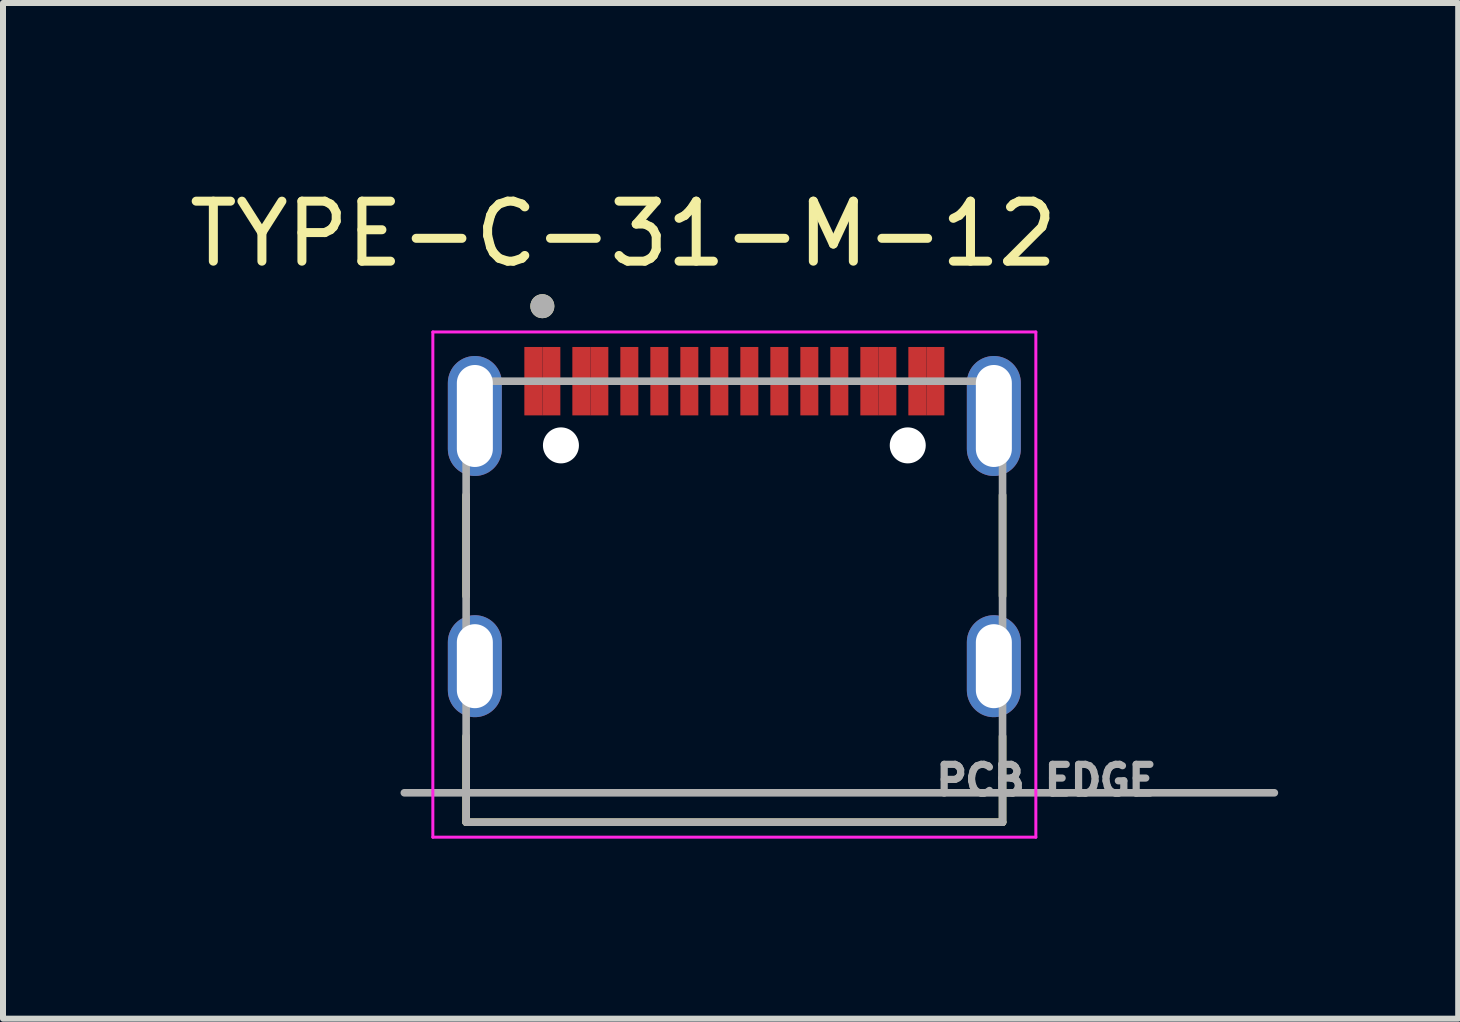
<source format=kicad_pcb>
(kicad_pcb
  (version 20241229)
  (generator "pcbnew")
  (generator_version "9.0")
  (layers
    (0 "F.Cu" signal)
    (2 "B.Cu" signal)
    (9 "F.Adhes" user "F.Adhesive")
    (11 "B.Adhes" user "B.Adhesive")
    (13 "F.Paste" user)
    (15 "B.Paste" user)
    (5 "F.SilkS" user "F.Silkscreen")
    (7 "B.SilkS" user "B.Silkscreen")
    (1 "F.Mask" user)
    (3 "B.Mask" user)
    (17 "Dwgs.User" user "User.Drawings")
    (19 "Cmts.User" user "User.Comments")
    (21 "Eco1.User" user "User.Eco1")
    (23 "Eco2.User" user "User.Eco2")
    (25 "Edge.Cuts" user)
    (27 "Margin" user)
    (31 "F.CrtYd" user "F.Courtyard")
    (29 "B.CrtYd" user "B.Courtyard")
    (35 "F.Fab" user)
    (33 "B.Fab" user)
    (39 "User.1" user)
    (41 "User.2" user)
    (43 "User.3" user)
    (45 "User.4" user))
  (footprint "TYPE-C-31-M-12"
    (layer "F.Cu")
    (at 9.189 8.053)
    (property "Reference" "TYPE-C-31-M-12" (at -1.85 -7.205 0) (layer "F.SilkS") (effects (font (size 1 1) (thickness 0.15))))
    (attr through_hole)
    (fp_poly (pts (xy -3.55 -5.37) (xy -2.85 -5.37) (xy -2.85 -4.13) (xy -3.55 -4.13)) (stroke (width 0.01) (type solid)) (fill yes) (layer "F.Mask"))
    (fp_poly (pts (xy -2.75 -5.37) (xy -2.05 -5.37) (xy -2.05 -4.13) (xy -2.75 -4.13)) (stroke (width 0.01) (type solid)) (fill yes) (layer "F.Mask"))
    (fp_poly (pts (xy -1.95 -5.37) (xy -1.55 -5.37) (xy -1.55 -4.13) (xy -1.95 -4.13)) (stroke (width 0.01) (type solid)) (fill yes) (layer "F.Mask"))
    (fp_poly (pts (xy -1.45 -5.37) (xy -1.05 -5.37) (xy -1.05 -4.13) (xy -1.45 -4.13)) (stroke (width 0.01) (type solid)) (fill yes) (layer "F.Mask"))
    (fp_poly (pts (xy -0.95 -5.37) (xy -0.55 -5.37) (xy -0.55 -4.13) (xy -0.95 -4.13)) (stroke (width 0.01) (type solid)) (fill yes) (layer "F.Mask"))
    (fp_poly (pts (xy -0.45 -5.37) (xy -0.05 -5.37) (xy -0.05 -4.13) (xy -0.45 -4.13)) (stroke (width 0.01) (type solid)) (fill yes) (layer "F.Mask"))
    (fp_poly (pts (xy 0.05 -5.37) (xy 0.45 -5.37) (xy 0.45 -4.13) (xy 0.05 -4.13)) (stroke (width 0.01) (type solid)) (fill yes) (layer "F.Mask"))
    (fp_poly (pts (xy 0.55 -5.37) (xy 0.95 -5.37) (xy 0.95 -4.13) (xy 0.55 -4.13)) (stroke (width 0.01) (type solid)) (fill yes) (layer "F.Mask"))
    (fp_poly (pts (xy 1.05 -5.37) (xy 1.45 -5.37) (xy 1.45 -4.13) (xy 1.05 -4.13)) (stroke (width 0.01) (type solid)) (fill yes) (layer "F.Mask"))
    (fp_poly (pts (xy 1.55 -5.37) (xy 1.95 -5.37) (xy 1.95 -4.13) (xy 1.55 -4.13)) (stroke (width 0.01) (type solid)) (fill yes) (layer "F.Mask"))
    (fp_poly (pts (xy 2.05 -5.37) (xy 2.75 -5.37) (xy 2.75 -4.13) (xy 2.05 -4.13)) (stroke (width 0.01) (type solid)) (fill yes) (layer "F.Mask"))
    (fp_poly (pts (xy 2.85 -5.37) (xy 3.55 -5.37) (xy 3.55 -4.13) (xy 2.85 -4.13)) (stroke (width 0.01) (type solid)) (fill yes) (layer "F.Mask"))
    (fp_line (start -4.47 -2.85) (end -4.47 -1.17) (stroke (width 0.127) (type solid)) (layer "F.SilkS"))
    (fp_line (start -4.47 2.6) (end -4.47 1.17) (stroke (width 0.127) (type solid)) (layer "F.SilkS"))
    (fp_line (start -4.47 2.6) (end 4.47 2.6) (stroke (width 0.127) (type solid)) (layer "F.SilkS"))
    (fp_line (start 4.47 -2.85) (end 4.47 -1.17) (stroke (width 0.127) (type solid)) (layer "F.SilkS"))
    (fp_line (start 4.47 2.6) (end 4.47 1.17) (stroke (width 0.127) (type solid)) (layer "F.SilkS"))
    (fp_circle (center -3.2 -6) (end -3.1 -6) (stroke (width 0.2) (type solid)) (fill no) (layer "F.SilkS"))
    (fp_line (start -5.025 -5.57) (end -5.025 2.85) (stroke (width 0.05) (type solid)) (layer "F.CrtYd"))
    (fp_line (start -5.025 2.85) (end 5.025 2.85) (stroke (width 0.05) (type solid)) (layer "F.CrtYd"))
    (fp_line (start 5.025 -5.57) (end -5.025 -5.57) (stroke (width 0.05) (type solid)) (layer "F.CrtYd"))
    (fp_line (start 5.025 2.85) (end 5.025 -5.57) (stroke (width 0.05) (type solid)) (layer "F.CrtYd"))
    (fp_line (start -5.5 2.11) (end 9 2.11) (stroke (width 0.127) (type solid)) (layer "F.Fab"))
    (fp_line (start -4.47 -4.75) (end -4.47 2.6) (stroke (width 0.127) (type solid)) (layer "F.Fab"))
    (fp_line (start -4.47 2.6) (end 4.47 2.6) (stroke (width 0.127) (type solid)) (layer "F.Fab"))
    (fp_line (start 4.47 -4.75) (end -4.47 -4.75) (stroke (width 0.127) (type solid)) (layer "F.Fab"))
    (fp_line (start 4.47 2.6) (end 4.47 -4.75) (stroke (width 0.127) (type solid)) (layer "F.Fab"))
    (fp_circle (center -3.2 -6) (end -3.1 -6) (stroke (width 0.2) (type solid)) (fill no) (layer "F.Fab"))
    (fp_text user "PCB EDGE" (at 5.2 1.9 0) (layer "F.Fab") (effects (font (size 0.48 0.48) (thickness 0.15))))
    (pad "" np_thru_hole circle (at -2.89 -3.68) (size 0.6 0.6) (drill 0.6) (layers "*.Cu" "*.Mask"))
    (pad "" np_thru_hole circle (at 2.89 -3.68) (size 0.6 0.6) (drill 0.6) (layers "*.Cu" "*.Mask"))
    (pad "A1" smd rect (at -3.35 -4.75) (size 0.3 1.14) (layers "F.Cu" "F.Paste"))
    (pad "A4" smd rect (at -2.55 -4.75) (size 0.3 1.14) (layers "F.Cu" "F.Paste"))
    (pad "A5" smd rect (at -1.25 -4.75) (size 0.3 1.14) (layers "F.Cu" "F.Paste"))
    (pad "A6" smd rect (at -0.25 -4.75) (size 0.3 1.14) (layers "F.Cu" "F.Paste"))
    (pad "A7" smd rect (at 0.25 -4.75) (size 0.3 1.14) (layers "F.Cu" "F.Paste"))
    (pad "A8" smd rect (at 1.25 -4.75) (size 0.3 1.14) (layers "F.Cu" "F.Paste"))
    (pad "A9" smd rect (at 2.55 -4.75) (size 0.3 1.14) (layers "F.Cu" "F.Paste"))
    (pad "A12" smd rect (at 3.35 -4.75) (size 0.3 1.14) (layers "F.Cu" "F.Paste"))
    (pad "B1" smd rect (at 3.05 -4.75) (size 0.3 1.14) (layers "F.Cu" "F.Paste"))
    (pad "B4" smd rect (at 2.25 -4.75) (size 0.3 1.14) (layers "F.Cu" "F.Paste"))
    (pad "B5" smd rect (at 1.75 -4.75) (size 0.3 1.14) (layers "F.Cu" "F.Paste"))
    (pad "B6" smd rect (at 0.75 -4.75) (size 0.3 1.14) (layers "F.Cu" "F.Paste"))
    (pad "B7" smd rect (at -0.75 -4.75) (size 0.3 1.14) (layers "F.Cu" "F.Paste"))
    (pad "B8" smd rect (at -1.75 -4.75) (size 0.3 1.14) (layers "F.Cu" "F.Paste"))
    (pad "B9" smd rect (at -2.25 -4.75) (size 0.3 1.14) (layers "F.Cu" "F.Paste"))
    (pad "B12" smd rect (at -3.05 -4.75) (size 0.3 1.14) (layers "F.Cu" "F.Paste"))
    (pad "S1" thru_hole oval (at -4.325 -4.17) (size 0.9 2) (drill oval 0.6 1.7) (layers "*.Cu" "*.Mask"))
    (pad "S2" thru_hole oval (at 4.325 -4.17) (size 0.9 2) (drill oval 0.6 1.7) (layers "*.Cu" "*.Mask"))
    (pad "S3" thru_hole oval (at -4.325 0) (size 0.9 1.7) (drill oval 0.6 1.4) (layers "*.Cu" "*.Mask"))
    (pad "S4" thru_hole oval (at 4.325 0) (size 0.9 1.7) (drill oval 0.6 1.4) (layers "*.Cu" "*.Mask")))
  (gr_rect
    (start -3 -3)
    (end 21.253 13.928)
    (stroke (width 0.1) (type default))
    (fill no)
    (layer "Edge.Cuts")))
</source>
